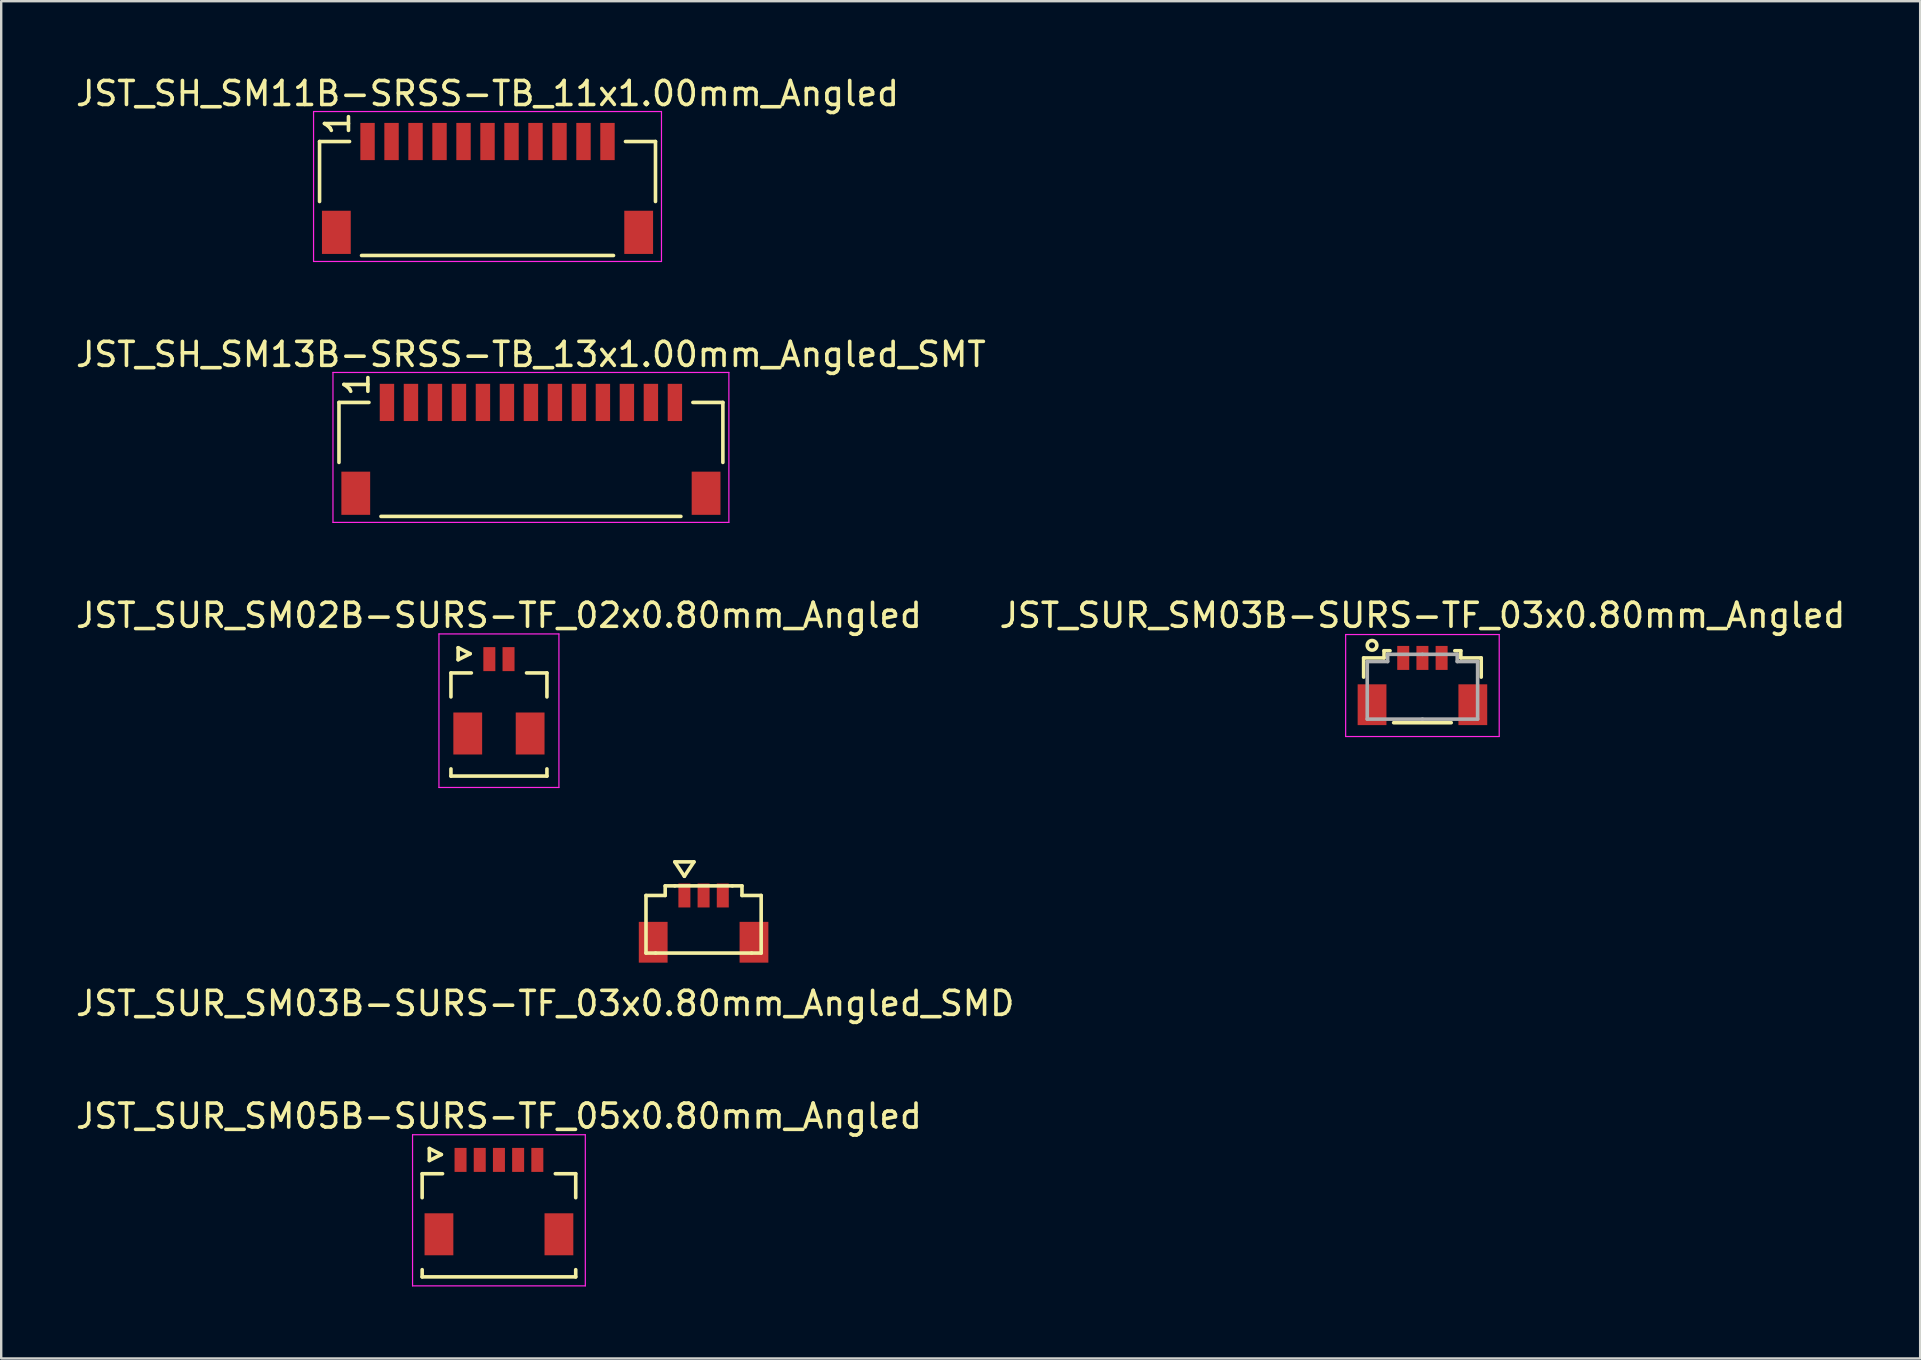
<source format=kicad_pcb>
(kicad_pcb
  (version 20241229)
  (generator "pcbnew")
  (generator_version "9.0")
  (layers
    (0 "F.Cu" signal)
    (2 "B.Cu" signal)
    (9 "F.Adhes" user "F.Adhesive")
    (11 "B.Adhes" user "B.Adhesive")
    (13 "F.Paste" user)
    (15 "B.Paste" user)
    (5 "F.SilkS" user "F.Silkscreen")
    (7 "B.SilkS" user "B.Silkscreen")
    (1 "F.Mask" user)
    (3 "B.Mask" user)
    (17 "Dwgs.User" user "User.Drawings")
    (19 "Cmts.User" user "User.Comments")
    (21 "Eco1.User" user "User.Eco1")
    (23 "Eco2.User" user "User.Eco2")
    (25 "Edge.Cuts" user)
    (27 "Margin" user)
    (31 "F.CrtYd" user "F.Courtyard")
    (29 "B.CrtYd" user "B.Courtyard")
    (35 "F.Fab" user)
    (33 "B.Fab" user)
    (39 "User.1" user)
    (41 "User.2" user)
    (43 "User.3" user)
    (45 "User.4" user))
  (footprint "JST_SH_SM13B-SRSS-TB_13x1.00mm_Angled_SMT"
    (layer "F.Cu")
    (at 13.077 13.722)
    (property "Reference" "JST_SH_SM13B-SRSS-TB_13x1.00mm_Angled_SMT" (at 6 -2 0) (layer "F.SilkS") (effects (font (size 1 1) (thickness 0.15))))
    (attr smd)
    (fp_line (start -2 0) (end -0.75 0) (stroke (width 0.15) (type solid)) (layer "F.SilkS"))
    (fp_line (start -2 2.5) (end -2 0) (stroke (width 0.15) (type solid)) (layer "F.SilkS"))
    (fp_line (start -0.25 4.75) (end 12.25 4.75) (stroke (width 0.15) (type solid)) (layer "F.SilkS"))
    (fp_line (start 12.75 0) (end 14 0) (stroke (width 0.15) (type solid)) (layer "F.SilkS"))
    (fp_line (start 14 2.5) (end 14 0) (stroke (width 0.15) (type solid)) (layer "F.SilkS"))
    (fp_line (start -2.25 -1.25) (end 14.25 -1.25) (stroke (width 0.05) (type solid)) (layer "F.CrtYd"))
    (fp_line (start -2.25 5) (end -2.25 -1.25) (stroke (width 0.05) (type solid)) (layer "F.CrtYd"))
    (fp_line (start 14.25 -1.25) (end 14.25 5) (stroke (width 0.05) (type solid)) (layer "F.CrtYd"))
    (fp_line (start 14.25 5) (end -2.25 5) (stroke (width 0.05) (type solid)) (layer "F.CrtYd"))
    (fp_text user "1" (at -1.25 -0.75 90) (layer "F.SilkS") (effects (font (size 1 1) (thickness 0.15))))
    (pad "" smd rect (at -1.3 3.785) (size 1.2 1.8) (layers "F.Cu" "F.Mask" "F.Paste"))
    (pad "" smd rect (at 13.3 3.785) (size 1.2 1.8) (layers "F.Cu" "F.Mask" "F.Paste"))
    (pad "1" smd rect (at 0 0) (size 0.6 1.55) (layers "F.Cu" "F.Mask" "F.Paste"))
    (pad "2" smd rect (at 1 0) (size 0.6 1.55) (layers "F.Cu" "F.Mask" "F.Paste"))
    (pad "3" smd rect (at 2 0) (size 0.6 1.55) (layers "F.Cu" "F.Mask" "F.Paste"))
    (pad "4" smd rect (at 3 0) (size 0.6 1.55) (layers "F.Cu" "F.Mask" "F.Paste"))
    (pad "5" smd rect (at 4 0) (size 0.6 1.55) (layers "F.Cu" "F.Mask" "F.Paste"))
    (pad "6" smd rect (at 5 0) (size 0.6 1.55) (layers "F.Cu" "F.Mask" "F.Paste"))
    (pad "7" smd rect (at 6 0) (size 0.6 1.55) (layers "F.Cu" "F.Mask" "F.Paste"))
    (pad "8" smd rect (at 7 0) (size 0.6 1.55) (layers "F.Cu" "F.Mask" "F.Paste"))
    (pad "9" smd rect (at 8 0) (size 0.6 1.55) (layers "F.Cu" "F.Mask" "F.Paste"))
    (pad "10" smd rect (at 9 0) (size 0.6 1.55) (layers "F.Cu" "F.Mask" "F.Paste"))
    (pad "11" smd rect (at 10 0) (size 0.6 1.55) (layers "F.Cu" "F.Mask" "F.Paste"))
    (pad "12" smd rect (at 11 0) (size 0.6 1.55) (layers "F.Cu" "F.Mask" "F.Paste"))
    (pad "13" smd rect (at 12 0) (size 0.6 1.55) (layers "F.Cu" "F.Mask" "F.Paste")))
  (footprint "JST_SUR_SM05B-SURS-TF_05x0.80mm_Angled"
    (layer "F.Cu")
    (at 17.744 46.841)
    (property "Reference" "JST_SUR_SM05B-SURS-TF_05x0.80mm_Angled" (at 0 -3.375 0) (layer "F.SilkS") (effects (font (size 1 1) (thickness 0.15))))
    (attr smd)
    (fp_line (start -3.2 -0.975) (end -2.35 -0.975) (stroke (width 0.15) (type solid)) (layer "F.SilkS"))
    (fp_line (start -3.2 0.025) (end -3.2 -0.975) (stroke (width 0.15) (type solid)) (layer "F.SilkS"))
    (fp_line (start -3.2 3.025) (end -3.2 3.325) (stroke (width 0.15) (type solid)) (layer "F.SilkS"))
    (fp_line (start -3.2 3.325) (end 3.2 3.325) (stroke (width 0.15) (type solid)) (layer "F.SilkS"))
    (fp_line (start -2.9 -2.025) (end -2.9 -1.525) (stroke (width 0.15) (type solid)) (layer "F.SilkS"))
    (fp_line (start -2.9 -1.525) (end -2.4 -1.775) (stroke (width 0.15) (type solid)) (layer "F.SilkS"))
    (fp_line (start -2.4 -1.775) (end -2.9 -2.025) (stroke (width 0.15) (type solid)) (layer "F.SilkS"))
    (fp_line (start 3.2 -0.975) (end 2.35 -0.975) (stroke (width 0.15) (type solid)) (layer "F.SilkS"))
    (fp_line (start 3.2 0.025) (end 3.2 -0.975) (stroke (width 0.15) (type solid)) (layer "F.SilkS"))
    (fp_line (start 3.2 3.325) (end 3.2 3.025) (stroke (width 0.15) (type solid)) (layer "F.SilkS"))
    (fp_line (start -3.6 -2.6) (end -3.6 3.7) (stroke (width 0.05) (type solid)) (layer "F.CrtYd"))
    (fp_line (start -3.6 3.7) (end 3.6 3.7) (stroke (width 0.05) (type solid)) (layer "F.CrtYd"))
    (fp_line (start 3.6 -2.6) (end -3.6 -2.6) (stroke (width 0.05) (type solid)) (layer "F.CrtYd"))
    (fp_line (start 3.6 3.7) (end 3.6 -2.6) (stroke (width 0.05) (type solid)) (layer "F.CrtYd"))
    (pad "" smd rect (at -2.5 1.55) (size 1.2 1.75) (layers "F.Cu" "F.Mask" "F.Paste"))
    (pad "" smd rect (at 2.5 1.55) (size 1.2 1.75) (layers "F.Cu" "F.Mask" "F.Paste"))
    (pad "1" smd rect (at -1.6 -1.55) (size 0.5 1) (layers "F.Cu" "F.Mask" "F.Paste"))
    (pad "2" smd rect (at -0.8 -1.55) (size 0.5 1) (layers "F.Cu" "F.Mask" "F.Paste"))
    (pad "3" smd rect (at 0 -1.55) (size 0.5 1) (layers "F.Cu" "F.Mask" "F.Paste"))
    (pad "4" smd rect (at 0.8 -1.55) (size 0.5 1) (layers "F.Cu" "F.Mask" "F.Paste"))
    (pad "5" smd rect (at 1.6 -1.55) (size 0.5 1) (layers "F.Cu" "F.Mask" "F.Paste")))
  (footprint "JST_SUR_SM02B-SURS-TF_02x0.80mm_Angled"
    (layer "F.Cu")
    (at 17.744 25.97)
    (property "Reference" "JST_SUR_SM02B-SURS-TF_02x0.80mm_Angled" (at 0 -3.375 0) (layer "F.SilkS") (effects (font (size 1 1) (thickness 0.15))))
    (attr smd)
    (fp_line (start -2 -0.975) (end -1.15 -0.975) (stroke (width 0.15) (type solid)) (layer "F.SilkS"))
    (fp_line (start -2 0.025) (end -2 -0.975) (stroke (width 0.15) (type solid)) (layer "F.SilkS"))
    (fp_line (start -2 3.025) (end -2 3.325) (stroke (width 0.15) (type solid)) (layer "F.SilkS"))
    (fp_line (start -2 3.325) (end 2 3.325) (stroke (width 0.15) (type solid)) (layer "F.SilkS"))
    (fp_line (start -1.7 -2.025) (end -1.7 -1.525) (stroke (width 0.15) (type solid)) (layer "F.SilkS"))
    (fp_line (start -1.7 -1.525) (end -1.2 -1.775) (stroke (width 0.15) (type solid)) (layer "F.SilkS"))
    (fp_line (start -1.2 -1.775) (end -1.7 -2.025) (stroke (width 0.15) (type solid)) (layer "F.SilkS"))
    (fp_line (start 2 -0.975) (end 1.15 -0.975) (stroke (width 0.15) (type solid)) (layer "F.SilkS"))
    (fp_line (start 2 0.025) (end 2 -0.975) (stroke (width 0.15) (type solid)) (layer "F.SilkS"))
    (fp_line (start 2 3.325) (end 2 3.025) (stroke (width 0.15) (type solid)) (layer "F.SilkS"))
    (fp_line (start -2.5 -2.6) (end -2.5 3.8) (stroke (width 0.05) (type solid)) (layer "F.CrtYd"))
    (fp_line (start -2.5 3.8) (end 2.5 3.8) (stroke (width 0.05) (type solid)) (layer "F.CrtYd"))
    (fp_line (start 2.5 -2.6) (end -2.5 -2.6) (stroke (width 0.05) (type solid)) (layer "F.CrtYd"))
    (fp_line (start 2.5 3.8) (end 2.5 -2.6) (stroke (width 0.05) (type solid)) (layer "F.CrtYd"))
    (pad "" smd rect (at -1.3 1.55) (size 1.2 1.75) (layers "F.Cu" "F.Mask" "F.Paste"))
    (pad "" smd rect (at 1.3 1.55) (size 1.2 1.75) (layers "F.Cu" "F.Mask" "F.Paste"))
    (pad "1" smd rect (at -0.4 -1.55) (size 0.5 1) (layers "F.Cu" "F.Mask" "F.Paste"))
    (pad "2" smd rect (at 0.4 -1.55) (size 0.5 1) (layers "F.Cu" "F.Mask" "F.Paste")))
  (footprint "JST_SUR_SM03B-SURS-TF_03x0.80mm_Angled"
    (layer "F.Cu")
    (at 56.232 25.345)
    (property "Reference" "JST_SUR_SM03B-SURS-TF_03x0.80mm_Angled" (at 0 -2.75 0) (layer "F.SilkS") (effects (font (size 1 1) (thickness 0.15))))
    (attr smd)
    (fp_line (start -2.45 -0.975) (end -2.45 -0.175) (stroke (width 0.15) (type solid)) (layer "F.SilkS"))
    (fp_line (start -1.6 -1.275) (end -1.6 -0.975) (stroke (width 0.15) (type solid)) (layer "F.SilkS"))
    (fp_line (start -1.6 -0.975) (end -2.45 -0.975) (stroke (width 0.15) (type solid)) (layer "F.SilkS"))
    (fp_line (start -1.35 -1.275) (end -1.6 -1.275) (stroke (width 0.15) (type solid)) (layer "F.SilkS"))
    (fp_line (start -1.2 1.725) (end 1.2 1.725) (stroke (width 0.15) (type solid)) (layer "F.SilkS"))
    (fp_line (start 1.35 -1.275) (end 1.6 -1.275) (stroke (width 0.15) (type solid)) (layer "F.SilkS"))
    (fp_line (start 1.6 -1.275) (end 1.6 -0.975) (stroke (width 0.15) (type solid)) (layer "F.SilkS"))
    (fp_line (start 1.6 -0.975) (end 2.45 -0.975) (stroke (width 0.15) (type solid)) (layer "F.SilkS"))
    (fp_line (start 2.45 -0.975) (end 2.45 -0.175) (stroke (width 0.15) (type solid)) (layer "F.SilkS"))
    (fp_circle (center -2.1 -1.5) (end -1.9 -1.5) (stroke (width 0.15) (type solid)) (fill no) (layer "F.SilkS"))
    (fp_line (start -3.2 -1.95) (end 3.2 -1.95) (stroke (width 0.05) (type solid)) (layer "F.CrtYd"))
    (fp_line (start -3.2 2.3) (end -3.2 -1.95) (stroke (width 0.05) (type solid)) (layer "F.CrtYd"))
    (fp_line (start 3.2 -1.95) (end 3.2 2.3) (stroke (width 0.05) (type solid)) (layer "F.CrtYd"))
    (fp_line (start 3.2 2.3) (end -3.2 2.3) (stroke (width 0.05) (type solid)) (layer "F.CrtYd"))
    (fp_line (start -2.3 -0.825) (end -2.3 1.575) (stroke (width 0.15) (type solid)) (layer "F.Fab"))
    (fp_line (start -2.3 1.575) (end 0 1.575) (stroke (width 0.15) (type solid)) (layer "F.Fab"))
    (fp_line (start -1.45 -1.125) (end -1.45 -0.825) (stroke (width 0.15) (type solid)) (layer "F.Fab"))
    (fp_line (start -1.45 -0.825) (end -2.3 -0.825) (stroke (width 0.15) (type solid)) (layer "F.Fab"))
    (fp_line (start 0 -1.125) (end -1.45 -1.125) (stroke (width 0.15) (type solid)) (layer "F.Fab"))
    (fp_line (start 0 -1.125) (end 1.45 -1.125) (stroke (width 0.15) (type solid)) (layer "F.Fab"))
    (fp_line (start 1.45 -1.125) (end 1.45 -0.825) (stroke (width 0.15) (type solid)) (layer "F.Fab"))
    (fp_line (start 1.45 -0.825) (end 2.3 -0.825) (stroke (width 0.15) (type solid)) (layer "F.Fab"))
    (fp_line (start 2.3 -0.825) (end 2.3 1.575) (stroke (width 0.15) (type solid)) (layer "F.Fab"))
    (fp_line (start 2.3 1.575) (end 0 1.575) (stroke (width 0.15) (type solid)) (layer "F.Fab"))
    (pad "" smd rect (at -2.1 0.975) (size 1.2 1.7) (layers "F.Cu" "F.Mask" "F.Paste"))
    (pad "" smd rect (at 2.1 0.975) (size 1.2 1.7) (layers "F.Cu" "F.Mask" "F.Paste"))
    (pad "1" smd rect (at -0.8 -0.975) (size 0.5 1) (layers "F.Cu" "F.Mask" "F.Paste"))
    (pad "2" smd rect (at 0 -0.975) (size 0.5 1) (layers "F.Cu" "F.Mask" "F.Paste"))
    (pad "3" smd rect (at 0.8 -0.975) (size 0.5 1) (layers "F.Cu" "F.Mask" "F.Paste")))
  (footprint "JST_SUR_SM03B-SURS-TF_03x0.80mm_Angled_SMD"
    (layer "F.Cu")
    (at 26.273 34.27)
    (property "Reference" "JST_SUR_SM03B-SURS-TF_03x0.80mm_Angled_SMD" (at -6.6 4.5 0) (layer "F.SilkS") (effects (font (size 1 1) (thickness 0.15))))
    (attr smd)
    (fp_line (start -2.4 0) (end -1.6 0) (stroke (width 0.15) (type solid)) (layer "F.SilkS"))
    (fp_line (start -2.4 2.4) (end -2.4 0) (stroke (width 0.15) (type solid)) (layer "F.SilkS"))
    (fp_line (start -2 2.4) (end -2.4 2.4) (stroke (width 0.15) (type solid)) (layer "F.SilkS"))
    (fp_line (start -1.6 0) (end -1.6 -0.4) (stroke (width 0.15) (type solid)) (layer "F.SilkS"))
    (fp_line (start -1.2 -1.4) (end -0.8 -0.8) (stroke (width 0.15) (type solid)) (layer "F.SilkS"))
    (fp_line (start -1.2 -0.4) (end -1.6 -0.4) (stroke (width 0.15) (type solid)) (layer "F.SilkS"))
    (fp_line (start -1.2 -0.4) (end 1.2 -0.4) (stroke (width 0.15) (type solid)) (layer "F.SilkS"))
    (fp_line (start -0.8 -0.8) (end -0.4 -1.4) (stroke (width 0.15) (type solid)) (layer "F.SilkS"))
    (fp_line (start -0.4 -1.4) (end -1.2 -1.4) (stroke (width 0.15) (type solid)) (layer "F.SilkS"))
    (fp_line (start 1.6 -0.4) (end 1.2 -0.4) (stroke (width 0.15) (type solid)) (layer "F.SilkS"))
    (fp_line (start 1.6 -0.4) (end 1.6 0) (stroke (width 0.15) (type solid)) (layer "F.SilkS"))
    (fp_line (start 1.6 0) (end 2.4 0) (stroke (width 0.15) (type solid)) (layer "F.SilkS"))
    (fp_line (start 2 2.4) (end -2 2.4) (stroke (width 0.15) (type solid)) (layer "F.SilkS"))
    (fp_line (start 2.4 0) (end 2.4 2.4) (stroke (width 0.15) (type solid)) (layer "F.SilkS"))
    (fp_line (start 2.4 2.4) (end 2 2.4) (stroke (width 0.15) (type solid)) (layer "F.SilkS"))
    (pad "" smd rect (at -2.1 1.95) (size 1.2 1.7) (layers "F.Cu" "F.Mask" "F.Paste"))
    (pad "" smd rect (at 2.1 1.95) (size 1.2 1.7) (layers "F.Cu" "F.Mask" "F.Paste"))
    (pad "1" smd rect (at -0.8 0) (size 0.5 1) (layers "F.Cu" "F.Mask" "F.Paste"))
    (pad "2" smd rect (at 0 0) (size 0.5 1) (layers "F.Cu" "F.Mask" "F.Paste"))
    (pad "3" smd rect (at 0.8 0) (size 0.5 1) (layers "F.Cu" "F.Mask" "F.Paste")))
  (footprint "JST_SH_SM11B-SRSS-TB_11x1.00mm_Angled"
    (layer "F.Cu")
    (at 12.268 2.848)
    (property "Reference" "JST_SH_SM11B-SRSS-TB_11x1.00mm_Angled" (at 5 -2 0) (layer "F.SilkS") (effects (font (size 1 1) (thickness 0.15))))
    (attr smd)
    (fp_line (start -2 0) (end -0.75 0) (stroke (width 0.15) (type solid)) (layer "F.SilkS"))
    (fp_line (start -2 2.5) (end -2 0) (stroke (width 0.15) (type solid)) (layer "F.SilkS"))
    (fp_line (start -0.25 4.75) (end 10.25 4.75) (stroke (width 0.15) (type solid)) (layer "F.SilkS"))
    (fp_line (start 10.75 0) (end 12 0) (stroke (width 0.15) (type solid)) (layer "F.SilkS"))
    (fp_line (start 12 2.5) (end 12 0) (stroke (width 0.15) (type solid)) (layer "F.SilkS"))
    (fp_line (start -2.25 -1.25) (end 12.25 -1.25) (stroke (width 0.05) (type solid)) (layer "F.CrtYd"))
    (fp_line (start -2.25 5) (end -2.25 -1.25) (stroke (width 0.05) (type solid)) (layer "F.CrtYd"))
    (fp_line (start 12.25 -1.25) (end 12.25 5) (stroke (width 0.05) (type solid)) (layer "F.CrtYd"))
    (fp_line (start 12.25 5) (end -2.25 5) (stroke (width 0.05) (type solid)) (layer "F.CrtYd"))
    (fp_text user "1" (at -1.25 -0.75 90) (layer "F.SilkS") (effects (font (size 1 1) (thickness 0.15))))
    (pad "" smd rect (at -1.3 3.785) (size 1.2 1.8) (layers "F.Cu" "F.Mask" "F.Paste"))
    (pad "" smd rect (at 11.3 3.785) (size 1.2 1.8) (layers "F.Cu" "F.Mask" "F.Paste"))
    (pad "1" smd rect (at 0 0) (size 0.6 1.55) (layers "F.Cu" "F.Mask" "F.Paste"))
    (pad "2" smd rect (at 1 0) (size 0.6 1.55) (layers "F.Cu" "F.Mask" "F.Paste"))
    (pad "3" smd rect (at 2 0) (size 0.6 1.55) (layers "F.Cu" "F.Mask" "F.Paste"))
    (pad "4" smd rect (at 3 0) (size 0.6 1.55) (layers "F.Cu" "F.Mask" "F.Paste"))
    (pad "5" smd rect (at 4 0) (size 0.6 1.55) (layers "F.Cu" "F.Mask" "F.Paste"))
    (pad "6" smd rect (at 5 0) (size 0.6 1.55) (layers "F.Cu" "F.Mask" "F.Paste"))
    (pad "7" smd rect (at 6 0) (size 0.6 1.55) (layers "F.Cu" "F.Mask" "F.Paste"))
    (pad "8" smd rect (at 7 0) (size 0.6 1.55) (layers "F.Cu" "F.Mask" "F.Paste"))
    (pad "9" smd rect (at 8 0) (size 0.6 1.55) (layers "F.Cu" "F.Mask" "F.Paste"))
    (pad "10" smd rect (at 9 0) (size 0.6 1.55) (layers "F.Cu" "F.Mask" "F.Paste"))
    (pad "11" smd rect (at 10 0) (size 0.6 1.55) (layers "F.Cu" "F.Mask" "F.Paste")))
  (gr_rect
    (start -3 -3)
    (end 76.976 53.566)
    (stroke (width 0.1) (type default))
    (fill no)
    (layer "Edge.Cuts")))
</source>
